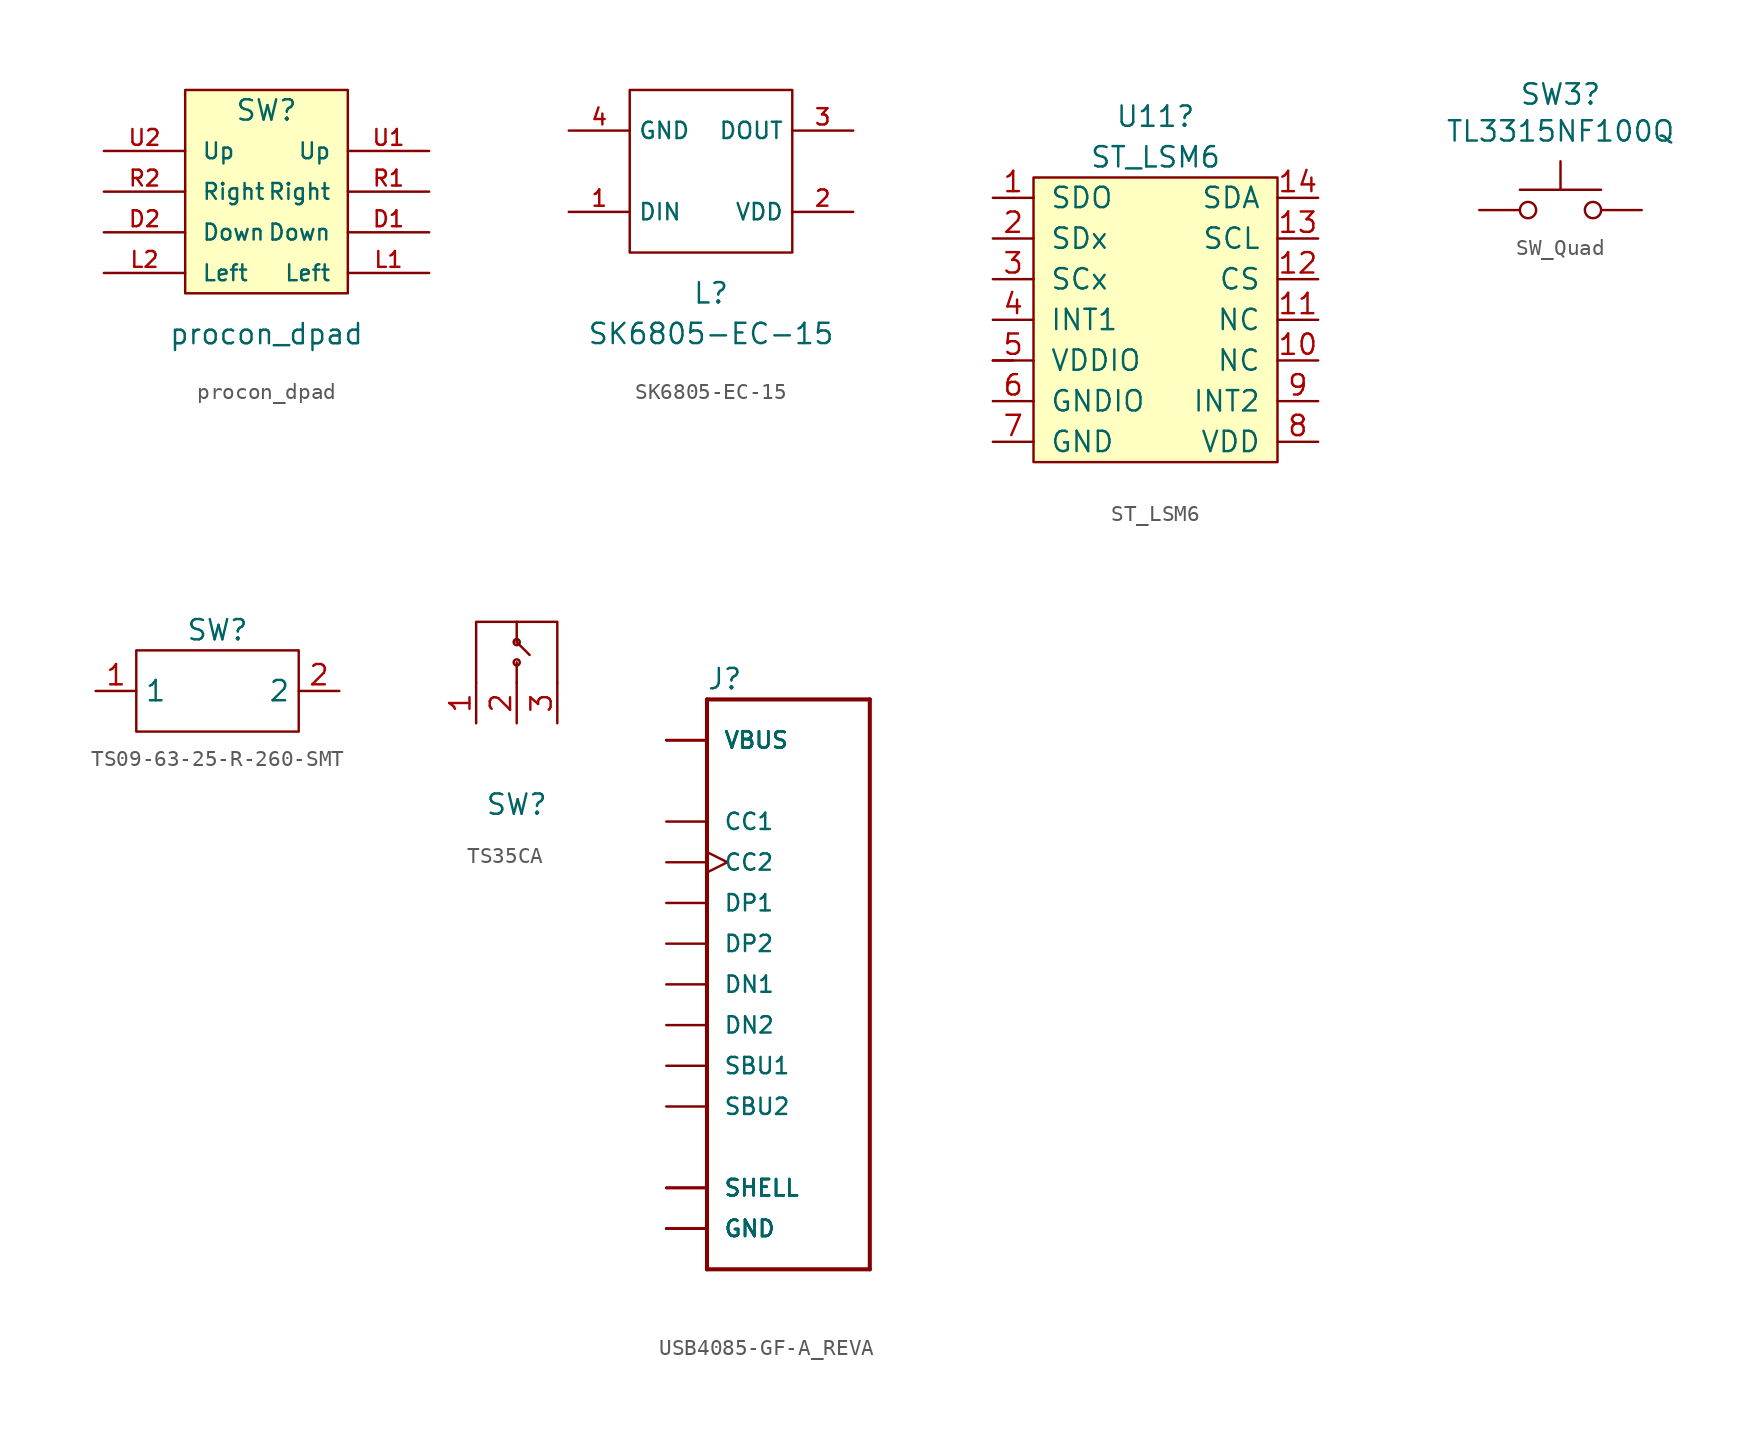
<source format=kicad_sym>
(kicad_symbol_lib
  (version 20220914)
  (generator kicad_symbol_editor)
  (symbol "procon_dpad"
    (pin_names
      (offset 1.016))
    (property "Reference" "SW"
      (at 0 16.51 0)
      (effects (font (size 1.27 1.27))))
    (property "Value" "procon_dpad"
      (at 0 2.54 0)
      (effects (font (size 1.27 1.27))))
    (symbol "procon_dpad_0_1"
      (rectangle (start -5.08 17.78) (end 5.08 5.08) (stroke (width 0) (type default)) (fill (type background))))
    (symbol "procon_dpad_1_1"
      (pin input line (at 10.16 8.89 180) (length 5.08) (name "Down" (effects (font (size 0.991 0.991)))) (number "D1" (effects (font (size 0.991 0.991)))))
      (pin input line (at -10.16 8.89 0) (length 5.08) (name "Down" (effects (font (size 0.991 0.991)))) (number "D2" (effects (font (size 0.991 0.991)))))
      (pin input line (at 10.16 6.35 180) (length 5.08) (name "Left" (effects (font (size 0.991 0.991)))) (number "L1" (effects (font (size 0.991 0.991)))))
      (pin input line (at -10.16 6.35 0) (length 5.08) (name "Left" (effects (font (size 0.991 0.991)))) (number "L2" (effects (font (size 0.991 0.991)))))
      (pin input line (at 10.16 11.43 180) (length 5.08) (name "Right" (effects (font (size 0.991 0.991)))) (number "R1" (effects (font (size 0.991 0.991)))))
      (pin input line (at -10.16 11.43 0) (length 5.08) (name "Right" (effects (font (size 0.991 0.991)))) (number "R2" (effects (font (size 0.991 0.991)))))
      (pin input line (at 10.16 13.97 180) (length 5.08) (name "Up" (effects (font (size 0.991 0.991)))) (number "U1" (effects (font (size 0.991 0.991)))))
      (pin input line (at -10.16 13.97 0) (length 5.08) (name "Up" (effects (font (size 0.991 0.991)))) (number "U2" (effects (font (size 0.991 0.991)))))))
  (symbol "SK6805-EC-15"
    (property "Reference" "L"
      (at 0 -7.62 0)
      (effects (font (size 1.27 1.27))))
    (property "Value" "SK6805-EC-15"
      (at 0 -10.16 0)
      (effects (font (size 1.27 1.27))))
    (symbol "SK6805-EC-15_0_0"
      (pin input line (at -8.89 -2.54 0) (length 3.81) (name "DIN" (effects (font (size 1.016 1.016)))) (number "1" (effects (font (size 1.016 1.016)))))
      (pin power_in line (at 8.89 -2.54 180) (length 3.81) (name "VDD" (effects (font (size 1.016 1.016)))) (number "2" (effects (font (size 1.016 1.016)))))
      (pin output line (at 8.89 2.54 180) (length 3.81) (name "DOUT" (effects (font (size 1.016 1.016)))) (number "3" (effects (font (size 1.016 1.016)))))
      (pin power_in line (at -8.89 2.54 0) (length 3.81) (name "GND" (effects (font (size 1.016 1.016)))) (number "4" (effects (font (size 1.016 1.016))))))
    (symbol "SK6805-EC-15_0_1"
      (polyline (pts (xy -5.08 2.54) (xy -5.08 5.08) (xy 5.08 5.08) (xy 5.08 -5.08) (xy -5.08 -5.08) (xy -5.08 2.54)) (stroke (width 0) (type default)) (fill (type none)))))
  (symbol "ST_LSM6"
    (pin_names
      (offset 1.016))
    (property "Reference" "U11"
      (at 0 8.89 0)
      (effects (font (size 1.27 1.27))))
    (property "Value" "ST_LSM6"
      (at 0 6.35 0)
      (effects (font (size 1.27 1.27))))
    (symbol "ST_LSM6_0_0"
      (rectangle (start -7.62 5.08) (end 7.62 -12.7) (stroke (width 0) (type default)) (fill (type background))))
    (symbol "ST_LSM6_0_1"
      (rectangle (start -8.89 -6.35) (end -10.16 -6.35) (stroke (width 0) (type default)) (fill (type none))))
    (symbol "ST_LSM6_1_1"
      (pin bidirectional line (at -10.16 3.81 0) (length 2.54) (name "SDO" (effects (font (size 1.27 1.27)))) (number "1" (effects (font (size 1.27 1.27)))))
      (pin bidirectional line (at 10.16 -6.35 180) (length 2.54) (name "NC" (effects (font (size 1.27 1.27)))) (number "10" (effects (font (size 1.27 1.27)))))
      (pin bidirectional line (at 10.16 -3.81 180) (length 2.54) (name "NC" (effects (font (size 1.27 1.27)))) (number "11" (effects (font (size 1.27 1.27)))))
      (pin bidirectional line (at 10.16 -1.27 180) (length 2.54) (name "CS" (effects (font (size 1.27 1.27)))) (number "12" (effects (font (size 1.27 1.27)))))
      (pin bidirectional line (at 10.16 1.27 180) (length 2.54) (name "SCL" (effects (font (size 1.27 1.27)))) (number "13" (effects (font (size 1.27 1.27)))))
      (pin bidirectional line (at 10.16 3.81 180) (length 2.54) (name "SDA" (effects (font (size 1.27 1.27)))) (number "14" (effects (font (size 1.27 1.27)))))
      (pin bidirectional line (at -10.16 1.27 0) (length 2.54) (name "SDx" (effects (font (size 1.27 1.27)))) (number "2" (effects (font (size 1.27 1.27)))))
      (pin bidirectional line (at -10.16 -1.27 0) (length 2.54) (name "SCx" (effects (font (size 1.27 1.27)))) (number "3" (effects (font (size 1.27 1.27)))))
      (pin bidirectional line (at -10.16 -3.81 0) (length 2.54) (name "INT1" (effects (font (size 1.27 1.27)))) (number "4" (effects (font (size 1.27 1.27)))))
      (pin bidirectional line (at -10.16 -6.35 0) (length 2.54) (name "VDDIO" (effects (font (size 1.27 1.27)))) (number "5" (effects (font (size 1.27 1.27)))))
      (pin bidirectional line (at -10.16 -8.89 0) (length 2.54) (name "GNDIO" (effects (font (size 1.27 1.27)))) (number "6" (effects (font (size 1.27 1.27)))))
      (pin bidirectional line (at -10.16 -11.43 0) (length 2.54) (name "GND" (effects (font (size 1.27 1.27)))) (number "7" (effects (font (size 1.27 1.27)))))
      (pin bidirectional line (at 10.16 -11.43 180) (length 2.54) (name "VDD" (effects (font (size 1.27 1.27)))) (number "8" (effects (font (size 1.27 1.27)))))
      (pin bidirectional line (at 10.16 -8.89 180) (length 2.54) (name "INT2" (effects (font (size 1.27 1.27)))) (number "9" (effects (font (size 1.27 1.27)))))))
  (symbol "SW_Quad"
    (pin_numbers hide)
    (pin_names
      (offset 1.016) hide)
    (property "Reference" "SW3"
      (at 0 7.239 0)
      (effects (font (size 1.27 1.27))))
    (property "Value" " TL3315NF100Q"
      (at 0 4.928 0)
      (effects (font (size 1.27 1.27))))
    (symbol "SW_Quad_0_1"
      (circle (center -2.032 0) (radius 0.508) (stroke (width 0) (type default)) (fill (type none)))
      (polyline (pts (xy 0 1.27) (xy 0 3.048)) (stroke (width 0) (type default)) (fill (type none)))
      (polyline (pts (xy 2.54 1.27) (xy -2.54 1.27)) (stroke (width 0) (type default)) (fill (type none)))
      (circle (center 2.032 0) (radius 0.508) (stroke (width 0) (type default)) (fill (type none)))
      (pin passive line (at -5.08 0 0) (length 2.54) (name "1" (effects (font (size 1.27 1.27)))) (number "1" (effects (font (size 1.27 1.27))))))
    (symbol "SW_Quad_1_1"
      (pin passive line (at -5.08 0 0) (length 2.54) hide (name "2" (effects (font (size 1.27 1.27)))) (number "2" (effects (font (size 1.27 1.27)))))
      (pin passive line (at 5.08 0 180) (length 2.54) (name "3" (effects (font (size 1.27 1.27)))) (number "3" (effects (font (size 1.27 1.27)))))
      (pin passive line (at 5.08 0 180) (length 2.54) hide (name "4" (effects (font (size 1.27 1.27)))) (number "4" (effects (font (size 1.27 1.27)))))))
  (symbol "TS09-63-25-R-260-SMT"
    (property "Reference" "SW"
      (at 0 3.81 0)
      (effects (font (size 1.27 1.27))))
    (symbol "TS09-63-25-R-260-SMT_0_1"
      (rectangle (start -5.08 2.54) (end 5.08 -2.54) (stroke (width 0) (type default)) (fill (type none))))
    (symbol "TS09-63-25-R-260-SMT_1_1"
      (pin input line (at -7.62 0 0) (length 2.54) (name "1" (effects (font (size 1.27 1.27)))) (number "1" (effects (font (size 1.27 1.27)))))
      (pin input line (at 7.62 0 180) (length 2.54) (name "2" (effects (font (size 1.27 1.27)))) (number "2" (effects (font (size 1.27 1.27)))))))
  (symbol "TS35CA"
    (property "Reference" "SW"
      (at 0 -7.62 0)
      (effects (font (size 1.27 1.27))))
    (symbol "TS35CA_0_1"
      (polyline (pts (xy 0 0) (xy 0 1.27)) (stroke (width 0) (type default)) (fill (type none)))
      (polyline (pts (xy 0 2.54) (xy 0.808 1.734)) (stroke (width 0) (type default)) (fill (type none)))
      (polyline (pts (xy 0 3.81) (xy 0 2.54)) (stroke (width 0) (type default)) (fill (type none)))
      (polyline (pts (xy -2.54 0) (xy -2.54 3.81) (xy 2.54 3.81) (xy 2.54 0)) (stroke (width 0) (type default)) (fill (type none)))
      (circle (center 0 1.27) (radius 0.193) (stroke (width 0) (type default)) (fill (type none)))
      (circle (center 0 2.54) (radius 0.193) (stroke (width 0) (type default)) (fill (type none))))
    (symbol "TS35CA_1_1"
      (pin input line (at -2.54 -2.54 90) (length 2.54) (name "" (effects (font (size 1.27 1.27)))) (number "1" (effects (font (size 1.27 1.27)))))
      (pin input line (at 0 -2.54 90) (length 2.54) (name "" (effects (font (size 1.27 1.27)))) (number "2" (effects (font (size 1.27 1.27)))))
      (pin input line (at 2.54 -2.54 90) (length 2.54) (name "" (effects (font (size 1.27 1.27)))) (number "3" (effects (font (size 1.27 1.27)))))))
  (symbol "USB4085-GF-A_REVA"
    (pin_numbers hide)
    (pin_names
      (offset 1.016))
    (property "Reference" "J"
      (at -5.105 18.313 0)
      (effects (font (size 1.27 1.27)) (justify left bottom)))
    (symbol "USB4085-GF-A_REVA_0_0"
      (polyline (pts (xy -5.08 -17.78) (xy -5.08 17.78)) (stroke (width 0.254) (type default)) (fill (type none)))
      (polyline (pts (xy -5.08 17.78) (xy 5.08 17.78)) (stroke (width 0.254) (type default)) (fill (type none)))
      (polyline (pts (xy 5.08 -17.78) (xy -5.08 -17.78)) (stroke (width 0.254) (type default)) (fill (type none)))
      (polyline (pts (xy 5.08 17.78) (xy 5.08 -17.78)) (stroke (width 0.254) (type default)) (fill (type none)))
      (pin passive line (at -7.62 -15.24 0) (length 2.54) (name "GND" (effects (font (size 1.016 1.016)))) (number "A1" (effects (font (size 1.016 1.016)))))
      (pin passive line (at -7.62 -15.24 0) (length 2.54) (name "GND" (effects (font (size 1.016 1.016)))) (number "A12" (effects (font (size 1.016 1.016)))))
      (pin power_in line (at -7.62 15.24 0) (length 2.54) (name "VBUS" (effects (font (size 1.016 1.016)))) (number "A4" (effects (font (size 1.016 1.016)))))
      (pin bidirectional line (at -7.62 10.16 0) (length 2.54) (name "CC1" (effects (font (size 1.016 1.016)))) (number "A5" (effects (font (size 1.016 1.016)))))
      (pin bidirectional line (at -7.62 5.08 0) (length 2.54) (name "DP1" (effects (font (size 1.016 1.016)))) (number "A6" (effects (font (size 1.016 1.016)))))
      (pin bidirectional line (at -7.62 0 0) (length 2.54) (name "DN1" (effects (font (size 1.016 1.016)))) (number "A7" (effects (font (size 1.016 1.016)))))
      (pin bidirectional line (at -7.62 -5.08 0) (length 2.54) (name "SBU1" (effects (font (size 1.016 1.016)))) (number "A8" (effects (font (size 1.016 1.016)))))
      (pin power_in line (at -7.62 15.24 0) (length 2.54) (name "VBUS" (effects (font (size 1.016 1.016)))) (number "A9" (effects (font (size 1.016 1.016)))))
      (pin passive line (at -7.62 -15.24 0) (length 2.54) (name "GND" (effects (font (size 1.016 1.016)))) (number "B1" (effects (font (size 1.016 1.016)))))
      (pin passive line (at -7.62 -15.24 0) (length 2.54) (name "GND" (effects (font (size 1.016 1.016)))) (number "B12" (effects (font (size 1.016 1.016)))))
      (pin power_in line (at -7.62 15.24 0) (length 2.54) (name "VBUS" (effects (font (size 1.016 1.016)))) (number "B4" (effects (font (size 1.016 1.016)))))
      (pin bidirectional clock (at -7.62 7.62 0) (length 2.54) (name "CC2" (effects (font (size 1.016 1.016)))) (number "B5" (effects (font (size 1.016 1.016)))))
      (pin bidirectional line (at -7.62 2.54 0) (length 2.54) (name "DP2" (effects (font (size 1.016 1.016)))) (number "B6" (effects (font (size 1.016 1.016)))))
      (pin bidirectional line (at -7.62 -2.54 0) (length 2.54) (name "DN2" (effects (font (size 1.016 1.016)))) (number "B7" (effects (font (size 1.016 1.016)))))
      (pin bidirectional line (at -7.62 -7.62 0) (length 2.54) (name "SBU2" (effects (font (size 1.016 1.016)))) (number "B8" (effects (font (size 1.016 1.016)))))
      (pin power_in line (at -7.62 15.24 0) (length 2.54) (name "VBUS" (effects (font (size 1.016 1.016)))) (number "B9" (effects (font (size 1.016 1.016)))))
      (pin passive line (at -7.62 -12.7 0) (length 2.54) (name "SHELL" (effects (font (size 1.016 1.016)))) (number "P1" (effects (font (size 1.016 1.016)))))
      (pin passive line (at -7.62 -12.7 0) (length 2.54) (name "SHELL" (effects (font (size 1.016 1.016)))) (number "P2" (effects (font (size 1.016 1.016)))))
      (pin passive line (at -7.62 -12.7 0) (length 2.54) (name "SHELL" (effects (font (size 1.016 1.016)))) (number "P3" (effects (font (size 1.016 1.016)))))
      (pin passive line (at -7.62 -12.7 0) (length 2.54) (name "SHELL" (effects (font (size 1.016 1.016)))) (number "P4" (effects (font (size 1.016 1.016))))))))
</source>
